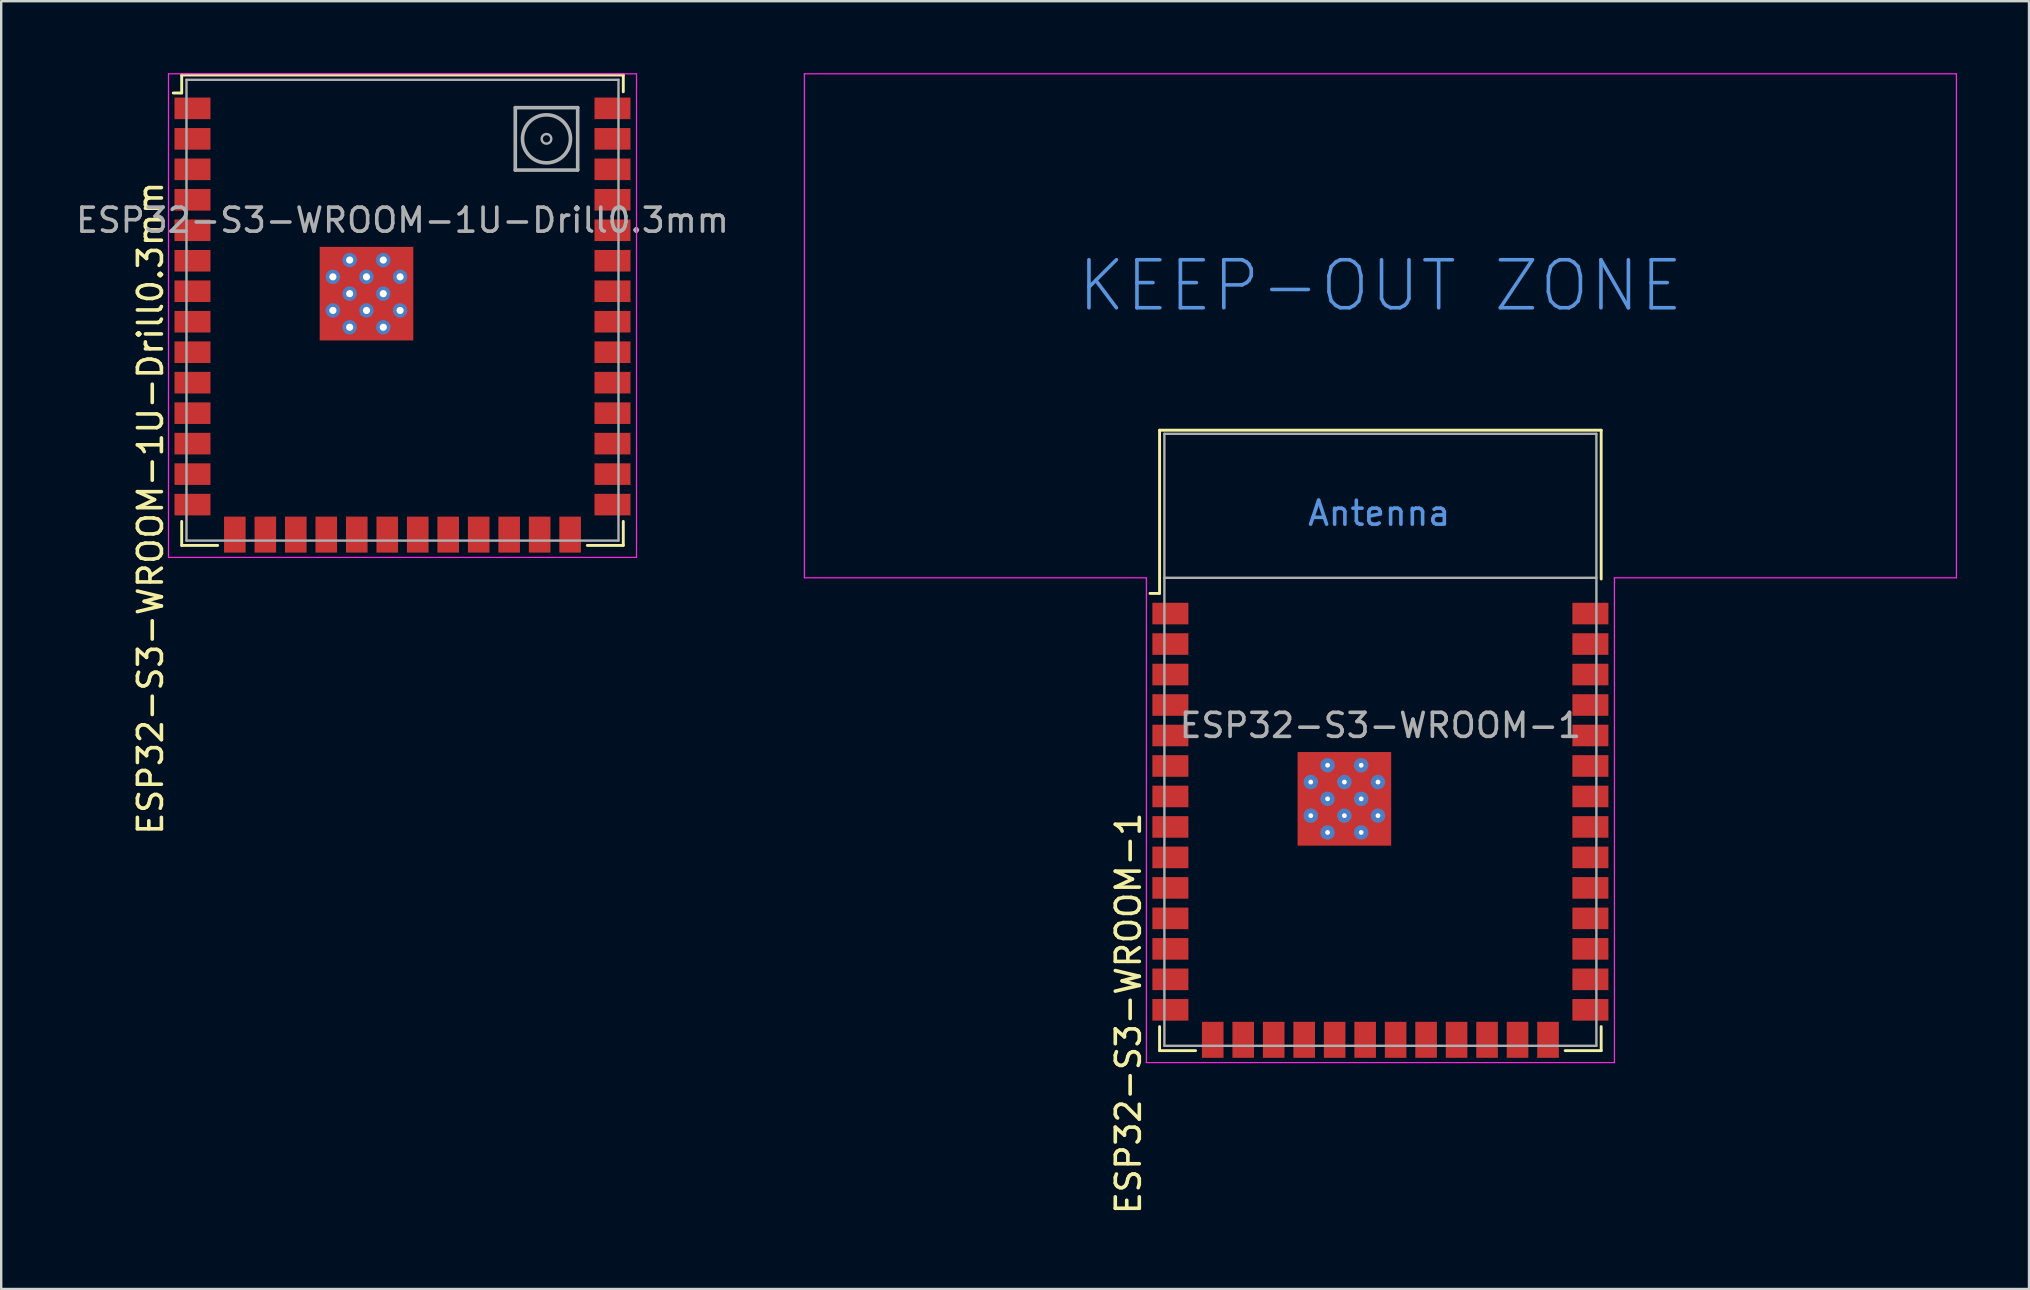
<source format=kicad_pcb>
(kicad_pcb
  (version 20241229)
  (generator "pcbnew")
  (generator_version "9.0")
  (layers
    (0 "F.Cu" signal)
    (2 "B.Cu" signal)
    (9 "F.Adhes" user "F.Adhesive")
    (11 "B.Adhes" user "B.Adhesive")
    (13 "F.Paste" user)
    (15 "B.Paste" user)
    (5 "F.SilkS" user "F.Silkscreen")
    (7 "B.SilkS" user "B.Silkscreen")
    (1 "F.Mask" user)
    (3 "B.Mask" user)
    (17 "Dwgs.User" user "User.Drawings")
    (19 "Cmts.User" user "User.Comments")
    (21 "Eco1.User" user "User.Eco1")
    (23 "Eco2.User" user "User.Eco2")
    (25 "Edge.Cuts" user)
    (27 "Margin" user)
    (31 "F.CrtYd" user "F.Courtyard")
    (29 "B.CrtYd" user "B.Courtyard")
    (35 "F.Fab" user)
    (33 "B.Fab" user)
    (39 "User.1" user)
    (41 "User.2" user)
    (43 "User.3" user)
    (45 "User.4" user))
  (footprint "ESP32-S3-WROOM-1U-Drill0.3mm"
    (layer "F.Cu")
    (at 13.72 9.875)
    (property "Reference" "ESP32-S3-WROOM-1U-Drill0.3mm" (at -10.5 8.25 90) (unlocked yes) (layer "F.SilkS") (effects (font (size 1 1) (thickness 0.15))))
    (attr smd)
    (fp_line (start -9.2 -9.8) (end 9.2 -9.8) (stroke (width 0.12) (type solid)) (layer "F.SilkS"))
    (fp_line (start -9.2 -9.05) (end -9.55 -9.05) (stroke (width 0.12) (type solid)) (layer "F.SilkS"))
    (fp_line (start -9.2 -9.05) (end -9.2 -9.8) (stroke (width 0.12) (type solid)) (layer "F.SilkS"))
    (fp_line (start -9.2 8.8) (end -9.2 9.8) (stroke (width 0.12) (type solid)) (layer "F.SilkS"))
    (fp_line (start -9.2 9.8) (end -7.7 9.8) (stroke (width 0.12) (type solid)) (layer "F.SilkS"))
    (fp_line (start 9.2 -9.8) (end 9.2 -9.1) (stroke (width 0.12) (type solid)) (layer "F.SilkS"))
    (fp_line (start 9.2 9.8) (end 7.7 9.8) (stroke (width 0.12) (type solid)) (layer "F.SilkS"))
    (fp_line (start 9.2 9.8) (end 9.2 8.8) (stroke (width 0.12) (type solid)) (layer "F.SilkS"))
    (fp_line (start -9.75 10.3) (end -9.75 -9.85) (stroke (width 0.05) (type solid)) (layer "F.CrtYd"))
    (fp_line (start -9.75 10.3) (end 9.75 10.3) (stroke (width 0.05) (type solid)) (layer "F.CrtYd"))
    (fp_line (start 9.75 -9.85) (end -9.75 -9.85) (stroke (width 0.05) (type solid)) (layer "F.CrtYd"))
    (fp_line (start 9.75 -9.85) (end 9.75 10.3) (stroke (width 0.05) (type solid)) (layer "F.CrtYd"))
    (fp_line (start -9 -9.6) (end 9 -9.6) (stroke (width 0.1) (type solid)) (layer "F.Fab"))
    (fp_line (start -9 9.6) (end -9 -9.6) (stroke (width 0.1) (type solid)) (layer "F.Fab"))
    (fp_line (start -9 9.6) (end 9 9.6) (stroke (width 0.1) (type solid)) (layer "F.Fab"))
    (fp_line (start 4.7 -8.44) (end 7.3 -8.44) (stroke (width 0.15) (type solid)) (layer "F.Fab"))
    (fp_line (start 4.7 -5.84) (end 4.7 -8.44) (stroke (width 0.15) (type solid)) (layer "F.Fab"))
    (fp_line (start 7.3 -8.44) (end 7.3 -5.84) (stroke (width 0.15) (type solid)) (layer "F.Fab"))
    (fp_line (start 7.3 -5.84) (end 4.7 -5.84) (stroke (width 0.15) (type solid)) (layer "F.Fab"))
    (fp_line (start 9 9.6) (end 9 -9.6) (stroke (width 0.1) (type solid)) (layer "F.Fab"))
    (fp_circle (center 6 -7.14) (end 6 -6.94) (stroke (width 0.1) (type solid)) (fill no) (layer "F.Fab"))
    (fp_circle (center 6 -7.14) (end 7 -7.14) (stroke (width 0.15) (type solid)) (fill no) (layer "F.Fab"))
    (fp_text user "${REFERENCE}" (at 0 -3.75 0) (unlocked yes) (layer "F.Fab") (effects (font (size 1 1) (thickness 0.15))))
    (pad "" smd rect (at -2.904 0.71) (size 0.9 0.9) (layers "F.Paste"))
    (pad "" smd rect (at -2.9 -2.09) (size 0.9 0.9) (layers "F.Paste"))
    (pad "" smd rect (at -2.9 -0.69) (size 0.9 0.9) (layers "F.Paste"))
    (pad "" smd rect (at -1.504 0.71) (size 0.9 0.9) (layers "F.Paste"))
    (pad "" smd rect (at -1.5 -2.09) (size 0.9 0.9) (layers "F.Paste"))
    (pad "" smd rect (at -1.5 -0.69) (size 0.9 0.9) (layers "F.Paste"))
    (pad "" smd rect (at -0.104 0.71) (size 0.9 0.9) (layers "F.Paste"))
    (pad "" smd rect (at -0.1 -2.09) (size 0.9 0.9) (layers "F.Paste"))
    (pad "" smd rect (at -0.1 -0.69) (size 0.9 0.9) (layers "F.Paste"))
    (pad "1" smd rect (at -8.75 -8.41) (size 1.5 0.9) (layers "F.Cu" "F.Mask" "F.Paste"))
    (pad "2" smd rect (at -8.75 -7.14) (size 1.5 0.9) (layers "F.Cu" "F.Mask" "F.Paste"))
    (pad "3" smd rect (at -8.75 -5.87) (size 1.5 0.9) (layers "F.Cu" "F.Mask" "F.Paste"))
    (pad "4" smd rect (at -8.75 -4.6) (size 1.5 0.9) (layers "F.Cu" "F.Mask" "F.Paste"))
    (pad "5" smd rect (at -8.75 -3.33) (size 1.5 0.9) (layers "F.Cu" "F.Mask" "F.Paste"))
    (pad "6" smd rect (at -8.75 -2.06) (size 1.5 0.9) (layers "F.Cu" "F.Mask" "F.Paste"))
    (pad "7" smd rect (at -8.75 -0.79) (size 1.5 0.9) (layers "F.Cu" "F.Mask" "F.Paste"))
    (pad "8" smd rect (at -8.75 0.48) (size 1.5 0.9) (layers "F.Cu" "F.Mask" "F.Paste"))
    (pad "9" smd rect (at -8.75 1.75) (size 1.5 0.9) (layers "F.Cu" "F.Mask" "F.Paste"))
    (pad "10" smd rect (at -8.75 3.02) (size 1.5 0.9) (layers "F.Cu" "F.Mask" "F.Paste"))
    (pad "11" smd rect (at -8.75 4.29) (size 1.5 0.9) (layers "F.Cu" "F.Mask" "F.Paste"))
    (pad "12" smd rect (at -8.75 5.56) (size 1.5 0.9) (layers "F.Cu" "F.Mask" "F.Paste"))
    (pad "13" smd rect (at -8.75 6.83) (size 1.5 0.9) (layers "F.Cu" "F.Mask" "F.Paste"))
    (pad "14" smd rect (at -8.75 8.1 180) (size 1.5 0.9) (layers "F.Cu" "F.Mask" "F.Paste"))
    (pad "15" smd rect (at -6.985 9.35 270) (size 1.5 0.9) (layers "F.Cu" "F.Mask" "F.Paste"))
    (pad "16" smd rect (at -5.715 9.35 270) (size 1.5 0.9) (layers "F.Cu" "F.Mask" "F.Paste"))
    (pad "17" smd rect (at -4.445 9.35 270) (size 1.5 0.9) (layers "F.Cu" "F.Mask" "F.Paste"))
    (pad "18" smd rect (at -3.175 9.35 270) (size 1.5 0.9) (layers "F.Cu" "F.Mask" "F.Paste"))
    (pad "19" smd rect (at -1.905 9.35 270) (size 1.5 0.9) (layers "F.Cu" "F.Mask" "F.Paste"))
    (pad "20" smd rect (at -0.635 9.35 270) (size 1.5 0.9) (layers "F.Cu" "F.Mask" "F.Paste"))
    (pad "21" smd rect (at 0.635 9.35 270) (size 1.5 0.9) (layers "F.Cu" "F.Mask" "F.Paste"))
    (pad "22" smd rect (at 1.905 9.35 270) (size 1.5 0.9) (layers "F.Cu" "F.Mask" "F.Paste"))
    (pad "23" smd rect (at 3.175 9.35 270) (size 1.5 0.9) (layers "F.Cu" "F.Mask" "F.Paste"))
    (pad "24" smd rect (at 4.445 9.35 270) (size 1.5 0.9) (layers "F.Cu" "F.Mask" "F.Paste"))
    (pad "25" smd rect (at 5.715 9.35 270) (size 1.5 0.9) (layers "F.Cu" "F.Mask" "F.Paste"))
    (pad "26" smd rect (at 6.985 9.35 270) (size 1.5 0.9) (layers "F.Cu" "F.Mask" "F.Paste"))
    (pad "27" smd rect (at 8.75 8.1) (size 1.5 0.9) (layers "F.Cu" "F.Mask" "F.Paste"))
    (pad "28" smd rect (at 8.75 6.83) (size 1.5 0.9) (layers "F.Cu" "F.Mask" "F.Paste"))
    (pad "29" smd rect (at 8.75 5.56) (size 1.5 0.9) (layers "F.Cu" "F.Mask" "F.Paste"))
    (pad "30" smd rect (at 8.75 4.29) (size 1.5 0.9) (layers "F.Cu" "F.Mask" "F.Paste"))
    (pad "31" smd rect (at 8.75 3.02) (size 1.5 0.9) (layers "F.Cu" "F.Mask" "F.Paste"))
    (pad "32" smd rect (at 8.75 1.75) (size 1.5 0.9) (layers "F.Cu" "F.Mask" "F.Paste"))
    (pad "33" smd rect (at 8.75 0.48) (size 1.5 0.9) (layers "F.Cu" "F.Mask" "F.Paste"))
    (pad "34" smd rect (at 8.75 -0.79) (size 1.5 0.9) (layers "F.Cu" "F.Mask" "F.Paste"))
    (pad "35" smd rect (at 8.75 -2.06) (size 1.5 0.9) (layers "F.Cu" "F.Mask" "F.Paste"))
    (pad "36" smd rect (at 8.75 -3.33) (size 1.5 0.9) (layers "F.Cu" "F.Mask" "F.Paste"))
    (pad "37" smd rect (at 8.75 -4.6) (size 1.5 0.9) (layers "F.Cu" "F.Mask" "F.Paste"))
    (pad "38" smd rect (at 8.75 -5.87) (size 1.5 0.9) (layers "F.Cu" "F.Mask" "F.Paste"))
    (pad "39" smd rect (at 8.75 -7.14) (size 1.5 0.9) (layers "F.Cu" "F.Mask" "F.Paste"))
    (pad "40" smd rect (at 8.75 -8.41) (size 1.5 0.9) (layers "F.Cu" "F.Mask" "F.Paste"))
    (pad "41" thru_hole circle (at -2.9 -1.39) (size 0.6 0.6) (drill 0.3) (property pad_prop_heatsink) (layers "*.Cu" "F.Mask"))
    (pad "41" thru_hole circle (at -2.9 0.01) (size 0.6 0.6) (drill 0.3) (property pad_prop_heatsink) (layers "*.Cu" "F.Mask"))
    (pad "41" thru_hole circle (at -2.2 -2.09) (size 0.6 0.6) (drill 0.3) (property pad_prop_heatsink) (layers "*.Cu" "F.Mask"))
    (pad "41" thru_hole circle (at -2.2 -0.69) (size 0.6 0.6) (drill 0.3) (property pad_prop_heatsink) (layers "*.Cu" "F.Mask"))
    (pad "41" thru_hole circle (at -2.2 0.71) (size 0.6 0.6) (drill 0.3) (property pad_prop_heatsink) (layers "*.Cu" "F.Mask"))
    (pad "41" thru_hole circle (at -1.5 -1.39) (size 0.6 0.6) (drill 0.3) (property pad_prop_heatsink) (layers "*.Cu" "F.Mask"))
    (pad "41" smd rect (at -1.5 -0.69) (size 3.9 3.9) (layers "F.Cu" "F.Mask"))
    (pad "41" thru_hole circle (at -1.5 0.01) (size 0.6 0.6) (drill 0.3) (property pad_prop_heatsink) (layers "*.Cu" "F.Mask"))
    (pad "41" thru_hole circle (at -0.8 -2.09) (size 0.6 0.6) (drill 0.3) (property pad_prop_heatsink) (layers "*.Cu" "F.Mask"))
    (pad "41" thru_hole circle (at -0.8 -0.69 90) (size 0.6 0.6) (drill 0.3) (property pad_prop_heatsink) (layers "*.Cu" "F.Mask"))
    (pad "41" thru_hole circle (at -0.8 0.71) (size 0.6 0.6) (drill 0.3) (property pad_prop_heatsink) (layers "*.Cu" "F.Mask"))
    (pad "41" thru_hole circle (at -0.1 -1.39) (size 0.6 0.6) (drill 0.3) (property pad_prop_heatsink) (layers "*.Cu" "F.Mask"))
    (pad "41" thru_hole circle (at -0.1 0.01) (size 0.6 0.6) (drill 0.3) (property pad_prop_heatsink) (layers "*.Cu" "F.Mask")))
  (footprint "ESP32-S3-WROOM-1"
    (layer "F.Cu")
    (at 54.465 27.775)
    (property "Reference" "ESP32-S3-WROOM-1" (at -10.5 11.4 90) (unlocked yes) (layer "F.SilkS") (effects (font (size 1 1) (thickness 0.15))))
    (attr smd)
    (fp_line (start -9.2 -12.9) (end 9.2 -12.9) (stroke (width 0.12) (type solid)) (layer "F.SilkS"))
    (fp_line (start -9.2 -6.1) (end -9.6 -6.1) (stroke (width 0.12) (type solid)) (layer "F.SilkS"))
    (fp_line (start -9.2 -6.1) (end -9.2 -12.9) (stroke (width 0.12) (type solid)) (layer "F.SilkS"))
    (fp_line (start -9.2 11.95) (end -9.2 12.95) (stroke (width 0.12) (type solid)) (layer "F.SilkS"))
    (fp_line (start -9.2 12.95) (end -7.7 12.95) (stroke (width 0.12) (type solid)) (layer "F.SilkS"))
    (fp_line (start 9.2 -12.9) (end 9.2 -6.7) (stroke (width 0.12) (type solid)) (layer "F.SilkS"))
    (fp_line (start 9.2 12.95) (end 7.7 12.95) (stroke (width 0.12) (type solid)) (layer "F.SilkS"))
    (fp_line (start 9.2 12.95) (end 9.2 11.95) (stroke (width 0.12) (type solid)) (layer "F.SilkS"))
    (fp_line (start -24 -27.75) (end -24 -6.75) (stroke (width 0.05) (type solid)) (layer "F.CrtYd"))
    (fp_line (start -24 -6.75) (end -9.75 -6.75) (stroke (width 0.05) (type solid)) (layer "F.CrtYd"))
    (fp_line (start -9.75 13.45) (end -9.75 -6.75) (stroke (width 0.05) (type solid)) (layer "F.CrtYd"))
    (fp_line (start -9.75 13.45) (end 9.75 13.45) (stroke (width 0.05) (type solid)) (layer "F.CrtYd"))
    (fp_line (start 9.75 -6.75) (end 9.75 13.45) (stroke (width 0.05) (type solid)) (layer "F.CrtYd"))
    (fp_line (start 9.75 -6.75) (end 24 -6.75) (stroke (width 0.05) (type solid)) (layer "F.CrtYd"))
    (fp_line (start 24 -27.75) (end -24 -27.75) (stroke (width 0.05) (type solid)) (layer "F.CrtYd"))
    (fp_line (start 24 -6.75) (end 24 -27.75) (stroke (width 0.05) (type solid)) (layer "F.CrtYd"))
    (fp_line (start -9 -12.75) (end 9 -12.75) (stroke (width 0.1) (type solid)) (layer "F.Fab"))
    (fp_line (start -9 -6.75) (end 9 -6.75) (stroke (width 0.1) (type solid)) (layer "F.Fab"))
    (fp_line (start -9 12.75) (end -9 -12.75) (stroke (width 0.1) (type solid)) (layer "F.Fab"))
    (fp_line (start -9 12.75) (end 9 12.75) (stroke (width 0.1) (type solid)) (layer "F.Fab"))
    (fp_line (start 9 12.75) (end 9 -12.75) (stroke (width 0.1) (type solid)) (layer "F.Fab"))
    (fp_text user "KEEP-OUT ZONE" (at 0 -18.92 0) (layer "Cmts.User") (effects (font (size 2 2) (thickness 0.15))))
    (fp_text user "Antenna" (at -0.05 -9.44 0) (layer "Cmts.User") (effects (font (size 1 1) (thickness 0.15))))
    (fp_text user "${REFERENCE}" (at 0 -0.6 0) (unlocked yes) (layer "F.Fab") (effects (font (size 1 1) (thickness 0.15))))
    (pad "" smd rect (at -2.9 1.06) (size 0.9 0.9) (layers "F.Paste"))
    (pad "" smd rect (at -2.9 2.46 270) (size 0.9 0.9) (layers "F.Paste"))
    (pad "" smd rect (at -2.9 3.86) (size 0.9 0.9) (layers "F.Paste"))
    (pad "" smd rect (at -1.5 1.06 270) (size 0.9 0.9) (layers "F.Paste"))
    (pad "" smd rect (at -1.5 2.46 270) (size 0.9 0.9) (layers "F.Paste"))
    (pad "" smd rect (at -1.5 3.86 270) (size 0.9 0.9) (layers "F.Paste"))
    (pad "" smd rect (at -0.1 1.06 270) (size 0.9 0.9) (layers "F.Paste"))
    (pad "" smd rect (at -0.1 2.46 270) (size 0.9 0.9) (layers "F.Paste"))
    (pad "" smd rect (at -0.1 3.86 270) (size 0.9 0.9) (layers "F.Paste"))
    (pad "1" smd rect (at -8.75 -5.26) (size 1.5 0.9) (layers "F.Cu" "F.Mask" "F.Paste"))
    (pad "2" smd rect (at -8.75 -3.99) (size 1.5 0.9) (layers "F.Cu" "F.Mask" "F.Paste"))
    (pad "3" smd rect (at -8.75 -2.72) (size 1.5 0.9) (layers "F.Cu" "F.Mask" "F.Paste"))
    (pad "4" smd rect (at -8.75 -1.45) (size 1.5 0.9) (layers "F.Cu" "F.Mask" "F.Paste"))
    (pad "5" smd rect (at -8.75 -0.18) (size 1.5 0.9) (layers "F.Cu" "F.Mask" "F.Paste"))
    (pad "6" smd rect (at -8.75 1.09) (size 1.5 0.9) (layers "F.Cu" "F.Mask" "F.Paste"))
    (pad "7" smd rect (at -8.75 2.36) (size 1.5 0.9) (layers "F.Cu" "F.Mask" "F.Paste"))
    (pad "8" smd rect (at -8.75 3.63) (size 1.5 0.9) (layers "F.Cu" "F.Mask" "F.Paste"))
    (pad "9" smd rect (at -8.75 4.9) (size 1.5 0.9) (layers "F.Cu" "F.Mask" "F.Paste"))
    (pad "10" smd rect (at -8.75 6.17) (size 1.5 0.9) (layers "F.Cu" "F.Mask" "F.Paste"))
    (pad "11" smd rect (at -8.75 7.44) (size 1.5 0.9) (layers "F.Cu" "F.Mask" "F.Paste"))
    (pad "12" smd rect (at -8.75 8.71) (size 1.5 0.9) (layers "F.Cu" "F.Mask" "F.Paste"))
    (pad "13" smd rect (at -8.75 9.98) (size 1.5 0.9) (layers "F.Cu" "F.Mask" "F.Paste"))
    (pad "14" smd rect (at -8.75 11.25 180) (size 1.5 0.9) (layers "F.Cu" "F.Mask" "F.Paste"))
    (pad "15" smd rect (at -6.985 12.5 270) (size 1.5 0.9) (layers "F.Cu" "F.Mask" "F.Paste"))
    (pad "16" smd rect (at -5.715 12.5 270) (size 1.5 0.9) (layers "F.Cu" "F.Mask" "F.Paste"))
    (pad "17" smd rect (at -4.445 12.5 270) (size 1.5 0.9) (layers "F.Cu" "F.Mask" "F.Paste"))
    (pad "18" smd rect (at -3.175 12.5 270) (size 1.5 0.9) (layers "F.Cu" "F.Mask" "F.Paste"))
    (pad "19" smd rect (at -1.905 12.5 270) (size 1.5 0.9) (layers "F.Cu" "F.Mask" "F.Paste"))
    (pad "20" smd rect (at -0.635 12.5 270) (size 1.5 0.9) (layers "F.Cu" "F.Mask" "F.Paste"))
    (pad "21" smd rect (at 0.635 12.5 270) (size 1.5 0.9) (layers "F.Cu" "F.Mask" "F.Paste"))
    (pad "22" smd rect (at 1.905 12.5 270) (size 1.5 0.9) (layers "F.Cu" "F.Mask" "F.Paste"))
    (pad "23" smd rect (at 3.175 12.5 270) (size 1.5 0.9) (layers "F.Cu" "F.Mask" "F.Paste"))
    (pad "24" smd rect (at 4.445 12.5 270) (size 1.5 0.9) (layers "F.Cu" "F.Mask" "F.Paste"))
    (pad "25" smd rect (at 5.715 12.5 270) (size 1.5 0.9) (layers "F.Cu" "F.Mask" "F.Paste"))
    (pad "26" smd rect (at 6.985 12.5 270) (size 1.5 0.9) (layers "F.Cu" "F.Mask" "F.Paste"))
    (pad "27" smd rect (at 8.75 11.25) (size 1.5 0.9) (layers "F.Cu" "F.Mask" "F.Paste"))
    (pad "28" smd rect (at 8.75 9.98) (size 1.5 0.9) (layers "F.Cu" "F.Mask" "F.Paste"))
    (pad "29" smd rect (at 8.75 8.71) (size 1.5 0.9) (layers "F.Cu" "F.Mask" "F.Paste"))
    (pad "30" smd rect (at 8.75 7.44) (size 1.5 0.9) (layers "F.Cu" "F.Mask" "F.Paste"))
    (pad "31" smd rect (at 8.75 6.17) (size 1.5 0.9) (layers "F.Cu" "F.Mask" "F.Paste"))
    (pad "32" smd rect (at 8.75 4.9) (size 1.5 0.9) (layers "F.Cu" "F.Mask" "F.Paste"))
    (pad "33" smd rect (at 8.75 3.63) (size 1.5 0.9) (layers "F.Cu" "F.Mask" "F.Paste"))
    (pad "34" smd rect (at 8.75 2.36) (size 1.5 0.9) (layers "F.Cu" "F.Mask" "F.Paste"))
    (pad "35" smd rect (at 8.75 1.09) (size 1.5 0.9) (layers "F.Cu" "F.Mask" "F.Paste"))
    (pad "36" smd rect (at 8.75 -0.18) (size 1.5 0.9) (layers "F.Cu" "F.Mask" "F.Paste"))
    (pad "37" smd rect (at 8.75 -1.45) (size 1.5 0.9) (layers "F.Cu" "F.Mask" "F.Paste"))
    (pad "38" smd rect (at 8.75 -2.72) (size 1.5 0.9) (layers "F.Cu" "F.Mask" "F.Paste"))
    (pad "39" smd rect (at 8.75 -3.99) (size 1.5 0.9) (layers "F.Cu" "F.Mask" "F.Paste"))
    (pad "40" smd rect (at 8.75 -5.26) (size 1.5 0.9) (layers "F.Cu" "F.Mask" "F.Paste"))
    (pad "41" thru_hole circle (at -2.9 1.76 90) (size 0.6 0.6) (drill 0.2) (property pad_prop_heatsink) (layers "*.Cu" "F.Mask"))
    (pad "41" thru_hole circle (at -2.9 3.16) (size 0.6 0.6) (drill 0.2) (property pad_prop_heatsink) (layers "*.Cu" "F.Mask"))
    (pad "41" thru_hole circle (at -2.2 1.06) (size 0.6 0.6) (drill 0.2) (property pad_prop_heatsink) (layers "*.Cu" "F.Mask"))
    (pad "41" thru_hole circle (at -2.2 2.46) (size 0.6 0.6) (drill 0.2) (property pad_prop_heatsink) (layers "*.Cu" "F.Mask"))
    (pad "41" thru_hole circle (at -2.2 3.86) (size 0.6 0.6) (drill 0.2) (property pad_prop_heatsink) (layers "*.Cu" "F.Mask"))
    (pad "41" thru_hole circle (at -1.5 1.76) (size 0.6 0.6) (drill 0.2) (property pad_prop_heatsink) (layers "*.Cu" "F.Mask"))
    (pad "41" smd rect (at -1.5 2.46 270) (size 3.9 3.9) (layers "F.Cu" "F.Mask"))
    (pad "41" thru_hole circle (at -1.5 3.16) (size 0.6 0.6) (drill 0.2) (property pad_prop_heatsink) (layers "*.Cu" "F.Mask"))
    (pad "41" thru_hole circle (at -0.8 1.06) (size 0.6 0.6) (drill 0.2) (property pad_prop_heatsink) (layers "*.Cu" "F.Mask"))
    (pad "41" thru_hole circle (at -0.8 2.46) (size 0.6 0.6) (drill 0.2) (property pad_prop_heatsink) (layers "*.Cu" "F.Mask"))
    (pad "41" thru_hole circle (at -0.8 3.86) (size 0.6 0.6) (drill 0.2) (property pad_prop_heatsink) (layers "*.Cu" "F.Mask"))
    (pad "41" thru_hole circle (at -0.1 1.76) (size 0.6 0.6) (drill 0.2) (property pad_prop_heatsink) (layers "*.Cu" "F.Mask"))
    (pad "41" thru_hole circle (at -0.1 3.16) (size 0.6 0.6) (drill 0.2) (property pad_prop_heatsink) (layers "*.Cu" "F.Mask"))
    (zone (net_name "") (layers "F.Cu" "B.Cu") (hatch full 0.508) (connect_pads) (min_thickness 0.254) (filled_areas_thickness no) (keepout (tracks not_allowed) (vias not_allowed) (pads not_allowed) (copperpour not_allowed) (footprints not_allowed)) (placement (enabled no)) (fill) (polygon (pts (xy 30.465 21.025) (xy 78.465 21.025) (xy 78.465 0.025) (xy 30.465 0.025)))))
  (gr_rect
    (start -3 -3)
    (end 81.49 50.657)
    (stroke (width 0.1) (type default))
    (fill no)
    (layer "Edge.Cuts")))
</source>
